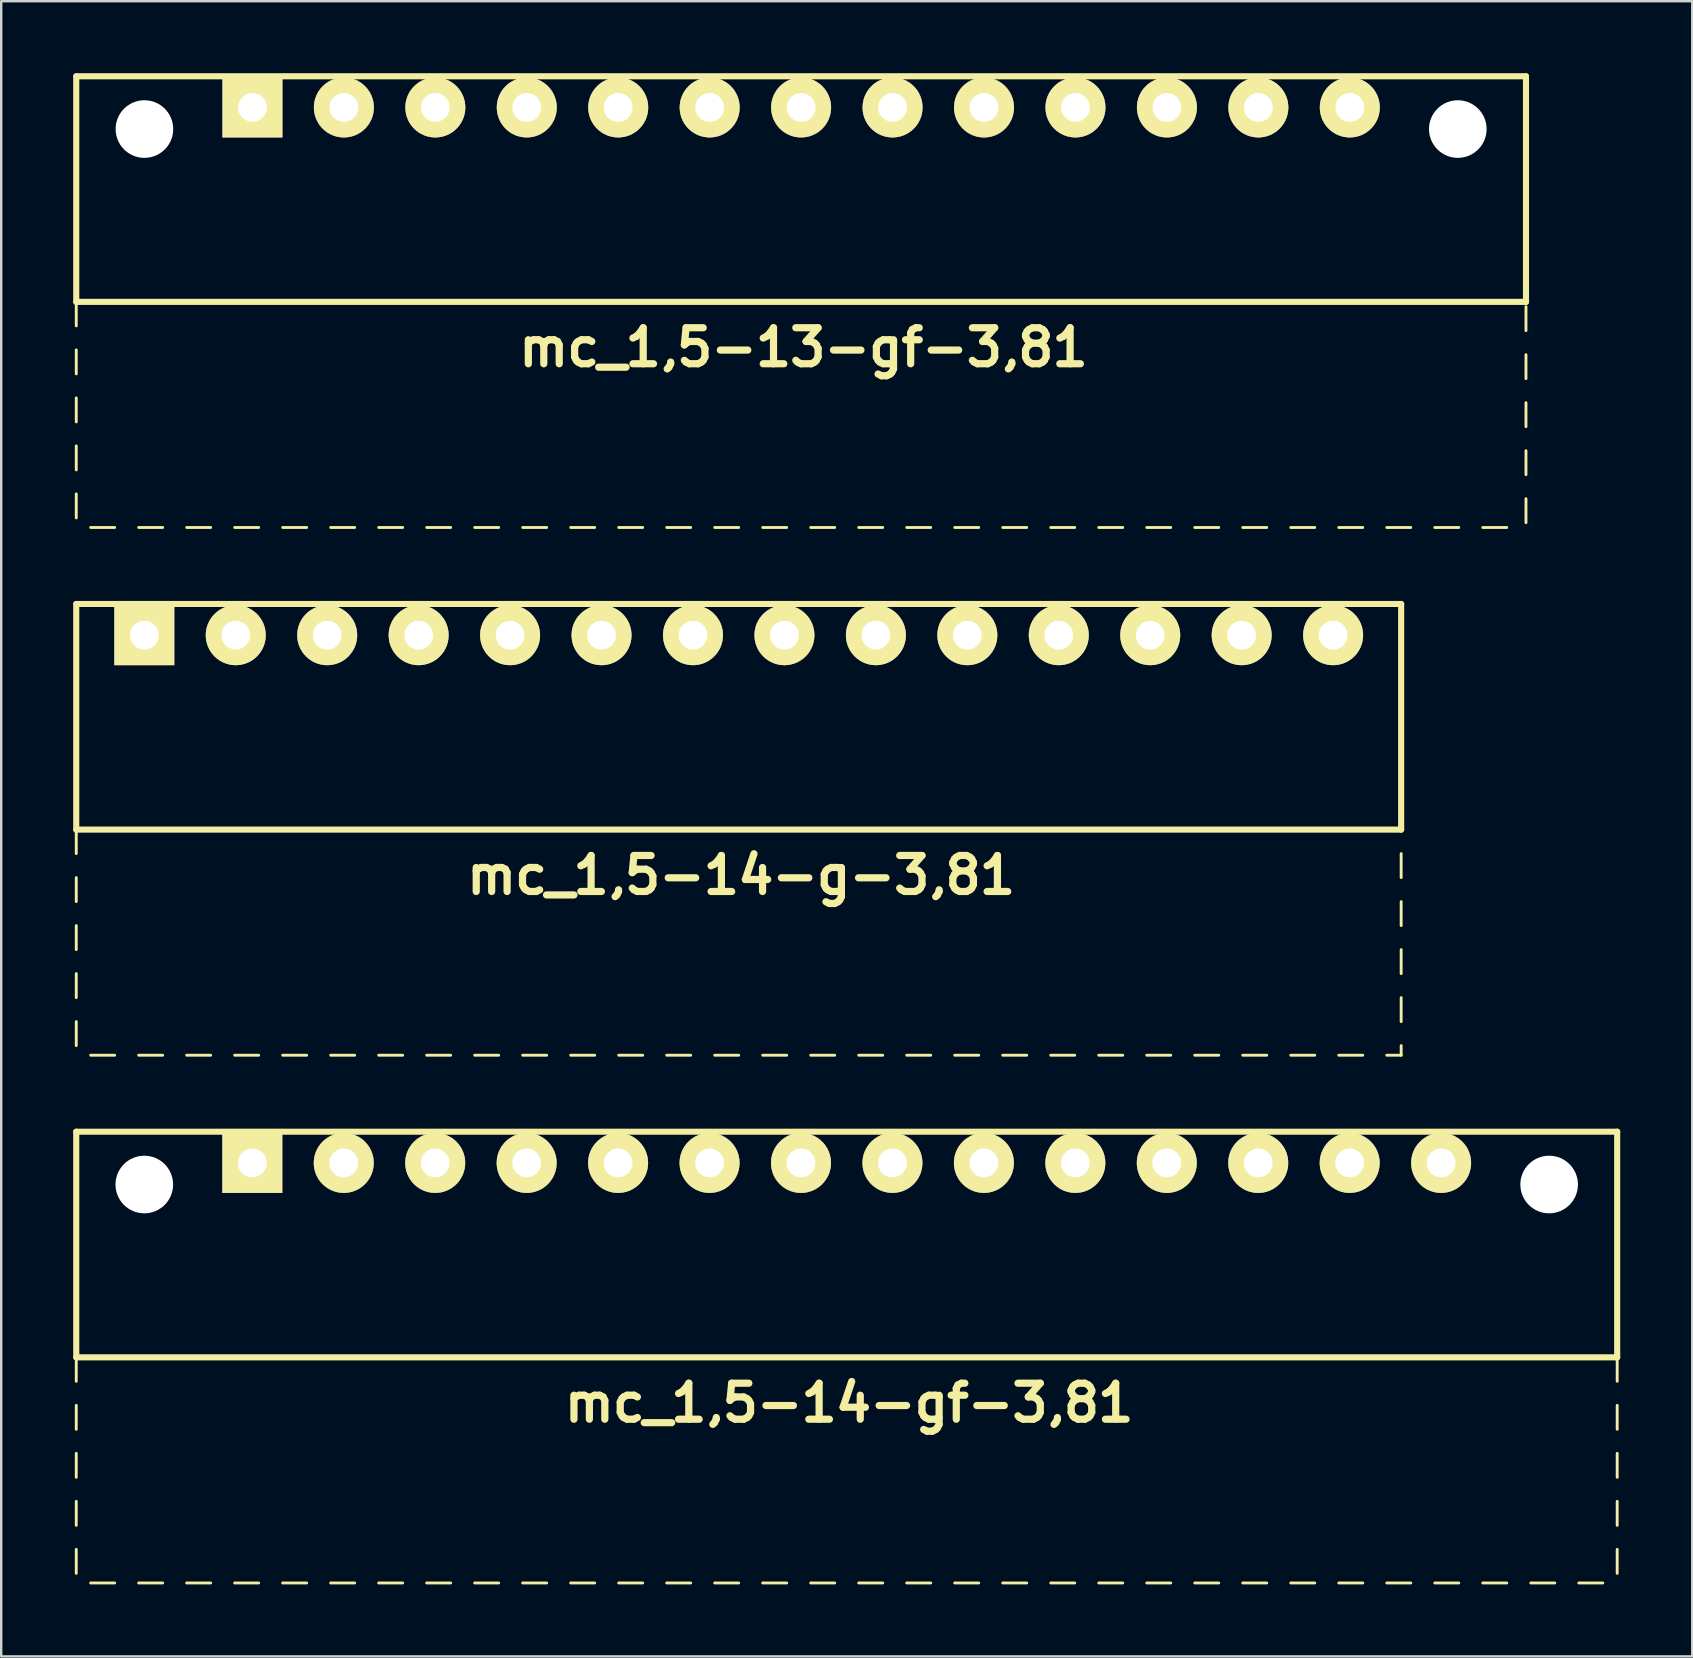
<source format=kicad_pcb>
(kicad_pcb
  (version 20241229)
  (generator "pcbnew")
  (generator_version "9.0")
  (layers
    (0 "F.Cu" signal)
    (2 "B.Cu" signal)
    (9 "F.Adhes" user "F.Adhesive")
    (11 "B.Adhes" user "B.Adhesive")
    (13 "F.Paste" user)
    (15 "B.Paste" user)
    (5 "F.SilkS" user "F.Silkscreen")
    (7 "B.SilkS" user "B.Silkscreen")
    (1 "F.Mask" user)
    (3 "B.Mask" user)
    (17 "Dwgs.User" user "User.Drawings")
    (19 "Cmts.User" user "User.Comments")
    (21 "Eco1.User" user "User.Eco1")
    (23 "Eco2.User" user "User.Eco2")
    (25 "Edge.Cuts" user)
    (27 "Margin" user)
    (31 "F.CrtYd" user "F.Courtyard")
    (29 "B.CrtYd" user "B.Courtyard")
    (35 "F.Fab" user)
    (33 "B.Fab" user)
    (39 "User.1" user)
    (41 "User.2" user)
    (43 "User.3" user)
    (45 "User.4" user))
  (footprint "mc_1,5-14-gf-3,81"
    (layer "F.Cu")
    (at 32.227 45.401)
    (property "Reference" "mc_1,5-14-gf-3,81" (at 0.1 10 0) (layer "F.SilkS") (effects (font (size 1.5 1.5) (thickness 0.3))))
    (attr through_hole)
    (fp_line (start -32.1 -1.3) (end -32.1 8.1) (stroke (width 0.254) (type solid)) (layer "F.SilkS"))
    (fp_line (start -32.1 -1.3) (end 32.1 -1.3) (stroke (width 0.254) (type solid)) (layer "F.SilkS"))
    (fp_line (start -32.1 8.1) (end -32.1 9.1) (stroke (width 0.12) (type solid)) (layer "F.SilkS"))
    (fp_line (start -32.1 8.1) (end 32.1 8.1) (stroke (width 0.254) (type solid)) (layer "F.SilkS"))
    (fp_line (start -32.1 10.1) (end -32.1 11.1) (stroke (width 0.12) (type solid)) (layer "F.SilkS"))
    (fp_line (start -32.1 12.1) (end -32.1 13.1) (stroke (width 0.12) (type solid)) (layer "F.SilkS"))
    (fp_line (start -32.1 14.1) (end -32.1 15.1) (stroke (width 0.12) (type solid)) (layer "F.SilkS"))
    (fp_line (start -32.1 16.1) (end -32.1 17.1) (stroke (width 0.12) (type solid)) (layer "F.SilkS"))
    (fp_line (start -31.5 17.5) (end -30.5 17.5) (stroke (width 0.12) (type solid)) (layer "F.SilkS"))
    (fp_line (start -29.5 17.5) (end -28.5 17.5) (stroke (width 0.12) (type solid)) (layer "F.SilkS"))
    (fp_line (start -27.5 17.5) (end -26.5 17.5) (stroke (width 0.12) (type solid)) (layer "F.SilkS"))
    (fp_line (start -25.5 17.5) (end -24.5 17.5) (stroke (width 0.12) (type solid)) (layer "F.SilkS"))
    (fp_line (start -23.5 17.5) (end -22.5 17.5) (stroke (width 0.12) (type solid)) (layer "F.SilkS"))
    (fp_line (start -21.5 17.5) (end -20.5 17.5) (stroke (width 0.12) (type solid)) (layer "F.SilkS"))
    (fp_line (start -19.5 17.5) (end -18.5 17.5) (stroke (width 0.12) (type solid)) (layer "F.SilkS"))
    (fp_line (start -17.5 17.5) (end -16.5 17.5) (stroke (width 0.12) (type solid)) (layer "F.SilkS"))
    (fp_line (start -15.5 17.5) (end -14.5 17.5) (stroke (width 0.12) (type solid)) (layer "F.SilkS"))
    (fp_line (start -13.5 17.5) (end -12.5 17.5) (stroke (width 0.12) (type solid)) (layer "F.SilkS"))
    (fp_line (start -11.5 17.5) (end -10.5 17.5) (stroke (width 0.12) (type solid)) (layer "F.SilkS"))
    (fp_line (start -9.5 17.5) (end -8.5 17.5) (stroke (width 0.12) (type solid)) (layer "F.SilkS"))
    (fp_line (start -7.5 17.5) (end -6.5 17.5) (stroke (width 0.12) (type solid)) (layer "F.SilkS"))
    (fp_line (start -5.5 17.5) (end -4.5 17.5) (stroke (width 0.12) (type solid)) (layer "F.SilkS"))
    (fp_line (start -3.5 17.5) (end -2.5 17.5) (stroke (width 0.12) (type solid)) (layer "F.SilkS"))
    (fp_line (start -1.5 17.5) (end -0.5 17.5) (stroke (width 0.12) (type solid)) (layer "F.SilkS"))
    (fp_line (start 0.5 17.5) (end 1.5 17.5) (stroke (width 0.12) (type solid)) (layer "F.SilkS"))
    (fp_line (start 2.5 17.5) (end 3.5 17.5) (stroke (width 0.12) (type solid)) (layer "F.SilkS"))
    (fp_line (start 4.5 17.5) (end 5.5 17.5) (stroke (width 0.12) (type solid)) (layer "F.SilkS"))
    (fp_line (start 6.5 17.5) (end 7.5 17.5) (stroke (width 0.12) (type solid)) (layer "F.SilkS"))
    (fp_line (start 8.5 17.5) (end 9.5 17.5) (stroke (width 0.12) (type solid)) (layer "F.SilkS"))
    (fp_line (start 10.5 17.5) (end 11.5 17.5) (stroke (width 0.12) (type solid)) (layer "F.SilkS"))
    (fp_line (start 12.5 17.5) (end 13.5 17.5) (stroke (width 0.12) (type solid)) (layer "F.SilkS"))
    (fp_line (start 14.5 17.5) (end 15.5 17.5) (stroke (width 0.12) (type solid)) (layer "F.SilkS"))
    (fp_line (start 16.5 17.5) (end 17.5 17.5) (stroke (width 0.12) (type solid)) (layer "F.SilkS"))
    (fp_line (start 18.5 17.5) (end 19.5 17.5) (stroke (width 0.12) (type solid)) (layer "F.SilkS"))
    (fp_line (start 20.5 17.5) (end 21.5 17.5) (stroke (width 0.12) (type solid)) (layer "F.SilkS"))
    (fp_line (start 22.5 17.5) (end 23.5 17.5) (stroke (width 0.12) (type solid)) (layer "F.SilkS"))
    (fp_line (start 24.5 17.5) (end 25.5 17.5) (stroke (width 0.12) (type solid)) (layer "F.SilkS"))
    (fp_line (start 26.5 17.5) (end 27.5 17.5) (stroke (width 0.12) (type solid)) (layer "F.SilkS"))
    (fp_line (start 28.5 17.5) (end 29.5 17.5) (stroke (width 0.12) (type solid)) (layer "F.SilkS"))
    (fp_line (start 30.5 17.5) (end 31.5 17.5) (stroke (width 0.12) (type solid)) (layer "F.SilkS"))
    (fp_line (start 32.1 -1.3) (end 32.1 8.1) (stroke (width 0.254) (type solid)) (layer "F.SilkS"))
    (fp_line (start 32.1 8.1) (end 32.1 9.1) (stroke (width 0.12) (type solid)) (layer "F.SilkS"))
    (fp_line (start 32.1 10.1) (end 32.1 11.1) (stroke (width 0.12) (type solid)) (layer "F.SilkS"))
    (fp_line (start 32.1 12.1) (end 32.1 13.1) (stroke (width 0.12) (type solid)) (layer "F.SilkS"))
    (fp_line (start 32.1 14.1) (end 32.1 15.1) (stroke (width 0.12) (type solid)) (layer "F.SilkS"))
    (fp_line (start 32.1 16.1) (end 32.1 17.1) (stroke (width 0.12) (type solid)) (layer "F.SilkS"))
    (pad "" np_thru_hole circle (at -29.265 0.9) (size 2.4 2.4) (drill 2.4) (layers "*.Cu" "*.Mask"))
    (pad "" np_thru_hole circle (at 29.265 0.9) (size 2.4 2.4) (drill 2.4) (layers "*.Cu" "*.Mask"))
    (pad "1" thru_hole rect (at -24.765 0) (size 2.5 2.5) (drill 1.2) (layers "*.Cu" "*.Mask" "F.SilkS"))
    (pad "2" thru_hole circle (at -20.955 0) (size 2.5 2.5) (drill 1.2) (layers "*.Cu" "*.Mask" "F.SilkS"))
    (pad "3" thru_hole circle (at -17.145 0) (size 2.5 2.5) (drill 1.2) (layers "*.Cu" "*.Mask" "F.SilkS"))
    (pad "4" thru_hole circle (at -13.335 0) (size 2.5 2.5) (drill 1.2) (layers "*.Cu" "*.Mask" "F.SilkS"))
    (pad "5" thru_hole circle (at -9.525 0) (size 2.5 2.5) (drill 1.2) (layers "*.Cu" "*.Mask" "F.SilkS"))
    (pad "6" thru_hole circle (at -5.715 0) (size 2.5 2.5) (drill 1.2) (layers "*.Cu" "*.Mask" "F.SilkS"))
    (pad "7" thru_hole circle (at -1.905 0) (size 2.5 2.5) (drill 1.2) (layers "*.Cu" "*.Mask" "F.SilkS"))
    (pad "8" thru_hole circle (at 1.905 0) (size 2.5 2.5) (drill 1.2) (layers "*.Cu" "*.Mask" "F.SilkS"))
    (pad "9" thru_hole circle (at 5.715 0) (size 2.5 2.5) (drill 1.2) (layers "*.Cu" "*.Mask" "F.SilkS"))
    (pad "10" thru_hole circle (at 9.525 0) (size 2.5 2.5) (drill 1.2) (layers "*.Cu" "*.Mask" "F.SilkS"))
    (pad "11" thru_hole circle (at 13.335 0) (size 2.5 2.5) (drill 1.2) (layers "*.Cu" "*.Mask" "F.SilkS"))
    (pad "12" thru_hole circle (at 17.145 0) (size 2.5 2.5) (drill 1.2) (layers "*.Cu" "*.Mask" "F.SilkS"))
    (pad "13" thru_hole circle (at 20.955 0) (size 2.5 2.5) (drill 1.2) (layers "*.Cu" "*.Mask" "F.SilkS"))
    (pad "14" thru_hole circle (at 24.765 0) (size 2.5 2.5) (drill 1.2) (layers "*.Cu" "*.Mask" "F.SilkS")))
  (footprint "mc_1,5-13-gf-3,81"
    (layer "F.Cu")
    (at 30.327 1.427)
    (property "Reference" "mc_1,5-13-gf-3,81" (at 0.1 10 0) (layer "F.SilkS") (effects (font (size 1.5 1.5) (thickness 0.3))))
    (attr through_hole)
    (fp_line (start -30.2 -1.3) (end -30.2 8.1) (stroke (width 0.254) (type solid)) (layer "F.SilkS"))
    (fp_line (start -30.2 -1.3) (end 30.2 -1.3) (stroke (width 0.254) (type solid)) (layer "F.SilkS"))
    (fp_line (start -30.2 8.1) (end -30.2 9.1) (stroke (width 0.12) (type solid)) (layer "F.SilkS"))
    (fp_line (start -30.2 8.1) (end 30.2 8.1) (stroke (width 0.254) (type solid)) (layer "F.SilkS"))
    (fp_line (start -30.2 10.1) (end -30.2 11.1) (stroke (width 0.12) (type solid)) (layer "F.SilkS"))
    (fp_line (start -30.2 12.1) (end -30.2 13.1) (stroke (width 0.12) (type solid)) (layer "F.SilkS"))
    (fp_line (start -30.2 14.1) (end -30.2 15.1) (stroke (width 0.12) (type solid)) (layer "F.SilkS"))
    (fp_line (start -30.2 16.1) (end -30.2 17.1) (stroke (width 0.12) (type solid)) (layer "F.SilkS"))
    (fp_line (start -29.6 17.5) (end -28.6 17.5) (stroke (width 0.12) (type solid)) (layer "F.SilkS"))
    (fp_line (start -27.6 17.5) (end -26.6 17.5) (stroke (width 0.12) (type solid)) (layer "F.SilkS"))
    (fp_line (start -25.6 17.5) (end -24.6 17.5) (stroke (width 0.12) (type solid)) (layer "F.SilkS"))
    (fp_line (start -23.6 17.5) (end -22.6 17.5) (stroke (width 0.12) (type solid)) (layer "F.SilkS"))
    (fp_line (start -21.6 17.5) (end -20.6 17.5) (stroke (width 0.12) (type solid)) (layer "F.SilkS"))
    (fp_line (start -19.6 17.5) (end -18.6 17.5) (stroke (width 0.12) (type solid)) (layer "F.SilkS"))
    (fp_line (start -17.6 17.5) (end -16.6 17.5) (stroke (width 0.12) (type solid)) (layer "F.SilkS"))
    (fp_line (start -15.6 17.5) (end -14.6 17.5) (stroke (width 0.12) (type solid)) (layer "F.SilkS"))
    (fp_line (start -13.6 17.5) (end -12.6 17.5) (stroke (width 0.12) (type solid)) (layer "F.SilkS"))
    (fp_line (start -11.6 17.5) (end -10.6 17.5) (stroke (width 0.12) (type solid)) (layer "F.SilkS"))
    (fp_line (start -9.6 17.5) (end -8.6 17.5) (stroke (width 0.12) (type solid)) (layer "F.SilkS"))
    (fp_line (start -7.6 17.5) (end -6.6 17.5) (stroke (width 0.12) (type solid)) (layer "F.SilkS"))
    (fp_line (start -5.6 17.5) (end -4.6 17.5) (stroke (width 0.12) (type solid)) (layer "F.SilkS"))
    (fp_line (start -3.6 17.5) (end -2.6 17.5) (stroke (width 0.12) (type solid)) (layer "F.SilkS"))
    (fp_line (start -1.6 17.5) (end -0.6 17.5) (stroke (width 0.12) (type solid)) (layer "F.SilkS"))
    (fp_line (start 0.4 17.5) (end 1.4 17.5) (stroke (width 0.12) (type solid)) (layer "F.SilkS"))
    (fp_line (start 2.4 17.5) (end 3.4 17.5) (stroke (width 0.12) (type solid)) (layer "F.SilkS"))
    (fp_line (start 4.4 17.5) (end 5.4 17.5) (stroke (width 0.12) (type solid)) (layer "F.SilkS"))
    (fp_line (start 6.4 17.5) (end 7.4 17.5) (stroke (width 0.12) (type solid)) (layer "F.SilkS"))
    (fp_line (start 8.4 17.5) (end 9.4 17.5) (stroke (width 0.12) (type solid)) (layer "F.SilkS"))
    (fp_line (start 10.4 17.5) (end 11.4 17.5) (stroke (width 0.12) (type solid)) (layer "F.SilkS"))
    (fp_line (start 12.4 17.5) (end 13.4 17.5) (stroke (width 0.12) (type solid)) (layer "F.SilkS"))
    (fp_line (start 14.4 17.5) (end 15.4 17.5) (stroke (width 0.12) (type solid)) (layer "F.SilkS"))
    (fp_line (start 16.4 17.5) (end 17.4 17.5) (stroke (width 0.12) (type solid)) (layer "F.SilkS"))
    (fp_line (start 18.4 17.5) (end 19.4 17.5) (stroke (width 0.12) (type solid)) (layer "F.SilkS"))
    (fp_line (start 20.4 17.5) (end 21.4 17.5) (stroke (width 0.12) (type solid)) (layer "F.SilkS"))
    (fp_line (start 22.4 17.5) (end 23.4 17.5) (stroke (width 0.12) (type solid)) (layer "F.SilkS"))
    (fp_line (start 24.4 17.5) (end 25.4 17.5) (stroke (width 0.12) (type solid)) (layer "F.SilkS"))
    (fp_line (start 26.4 17.5) (end 27.4 17.5) (stroke (width 0.12) (type solid)) (layer "F.SilkS"))
    (fp_line (start 28.4 17.5) (end 29.4 17.5) (stroke (width 0.12) (type solid)) (layer "F.SilkS"))
    (fp_line (start 30.2 -1.3) (end 30.2 8.1) (stroke (width 0.254) (type solid)) (layer "F.SilkS"))
    (fp_line (start 30.2 8.3) (end 30.2 9.3) (stroke (width 0.12) (type solid)) (layer "F.SilkS"))
    (fp_line (start 30.2 10.3) (end 30.2 11.3) (stroke (width 0.12) (type solid)) (layer "F.SilkS"))
    (fp_line (start 30.2 12.3) (end 30.2 13.3) (stroke (width 0.12) (type solid)) (layer "F.SilkS"))
    (fp_line (start 30.2 14.3) (end 30.2 15.3) (stroke (width 0.12) (type solid)) (layer "F.SilkS"))
    (fp_line (start 30.2 16.3) (end 30.2 17.3) (stroke (width 0.12) (type solid)) (layer "F.SilkS"))
    (pad "" np_thru_hole circle (at -27.36 0.9) (size 2.4 2.4) (drill 2.4) (layers "*.Cu" "*.Mask"))
    (pad "" np_thru_hole circle (at 27.36 0.9) (size 2.4 2.4) (drill 2.4) (layers "*.Cu" "*.Mask"))
    (pad "1" thru_hole rect (at -22.86 0) (size 2.5 2.5) (drill 1.2) (layers "*.Cu" "*.Mask" "F.SilkS"))
    (pad "2" thru_hole circle (at -19.05 0) (size 2.5 2.5) (drill 1.2) (layers "*.Cu" "*.Mask" "F.SilkS"))
    (pad "3" thru_hole circle (at -15.24 0) (size 2.5 2.5) (drill 1.2) (layers "*.Cu" "*.Mask" "F.SilkS"))
    (pad "4" thru_hole circle (at -11.43 0) (size 2.5 2.5) (drill 1.2) (layers "*.Cu" "*.Mask" "F.SilkS"))
    (pad "5" thru_hole circle (at -7.62 0) (size 2.5 2.5) (drill 1.2) (layers "*.Cu" "*.Mask" "F.SilkS"))
    (pad "6" thru_hole circle (at -3.81 0) (size 2.5 2.5) (drill 1.2) (layers "*.Cu" "*.Mask" "F.SilkS"))
    (pad "7" thru_hole circle (at 0 0) (size 2.5 2.5) (drill 1.2) (layers "*.Cu" "*.Mask" "F.SilkS"))
    (pad "8" thru_hole circle (at 3.81 0) (size 2.5 2.5) (drill 1.2) (layers "*.Cu" "*.Mask" "F.SilkS"))
    (pad "9" thru_hole circle (at 7.62 0) (size 2.5 2.5) (drill 1.2) (layers "*.Cu" "*.Mask" "F.SilkS"))
    (pad "10" thru_hole circle (at 11.43 0) (size 2.5 2.5) (drill 1.2) (layers "*.Cu" "*.Mask" "F.SilkS"))
    (pad "11" thru_hole circle (at 15.24 0) (size 2.5 2.5) (drill 1.2) (layers "*.Cu" "*.Mask" "F.SilkS"))
    (pad "12" thru_hole circle (at 19.05 0) (size 2.5 2.5) (drill 1.2) (layers "*.Cu" "*.Mask" "F.SilkS"))
    (pad "13" thru_hole circle (at 22.86 0) (size 2.5 2.5) (drill 1.2) (layers "*.Cu" "*.Mask" "F.SilkS")))
  (footprint "mc_1,5-14-g-3,81"
    (layer "F.Cu")
    (at 27.727 23.414)
    (property "Reference" "mc_1,5-14-g-3,81" (at 0.1 10 0) (layer "F.SilkS") (effects (font (size 1.5 1.5) (thickness 0.3))))
    (attr through_hole)
    (fp_line (start -27.6 -1.3) (end -27.6 8.1) (stroke (width 0.254) (type solid)) (layer "F.SilkS"))
    (fp_line (start -27.6 -1.3) (end 27.6 -1.3) (stroke (width 0.254) (type solid)) (layer "F.SilkS"))
    (fp_line (start -27.6 8.1) (end -27.6 9.1) (stroke (width 0.12) (type solid)) (layer "F.SilkS"))
    (fp_line (start -27.6 8.1) (end 27.6 8.1) (stroke (width 0.254) (type solid)) (layer "F.SilkS"))
    (fp_line (start -27.6 10.1) (end -27.6 11.1) (stroke (width 0.12) (type solid)) (layer "F.SilkS"))
    (fp_line (start -27.6 12.1) (end -27.6 13.1) (stroke (width 0.12) (type solid)) (layer "F.SilkS"))
    (fp_line (start -27.6 14.1) (end -27.6 15.1) (stroke (width 0.12) (type solid)) (layer "F.SilkS"))
    (fp_line (start -27.6 16.1) (end -27.6 17.1) (stroke (width 0.12) (type solid)) (layer "F.SilkS"))
    (fp_line (start -27 17.5) (end -26 17.5) (stroke (width 0.12) (type solid)) (layer "F.SilkS"))
    (fp_line (start -25 17.5) (end -24 17.5) (stroke (width 0.12) (type solid)) (layer "F.SilkS"))
    (fp_line (start -23 17.5) (end -22 17.5) (stroke (width 0.12) (type solid)) (layer "F.SilkS"))
    (fp_line (start -21 17.5) (end -20 17.5) (stroke (width 0.12) (type solid)) (layer "F.SilkS"))
    (fp_line (start -19 17.5) (end -18 17.5) (stroke (width 0.12) (type solid)) (layer "F.SilkS"))
    (fp_line (start -17 17.5) (end -16 17.5) (stroke (width 0.12) (type solid)) (layer "F.SilkS"))
    (fp_line (start -15 17.5) (end -14 17.5) (stroke (width 0.12) (type solid)) (layer "F.SilkS"))
    (fp_line (start -13 17.5) (end -12 17.5) (stroke (width 0.12) (type solid)) (layer "F.SilkS"))
    (fp_line (start -11 17.5) (end -10 17.5) (stroke (width 0.12) (type solid)) (layer "F.SilkS"))
    (fp_line (start -9 17.5) (end -8 17.5) (stroke (width 0.12) (type solid)) (layer "F.SilkS"))
    (fp_line (start -7 17.5) (end -6 17.5) (stroke (width 0.12) (type solid)) (layer "F.SilkS"))
    (fp_line (start -5 17.5) (end -4 17.5) (stroke (width 0.12) (type solid)) (layer "F.SilkS"))
    (fp_line (start -3 17.5) (end -2 17.5) (stroke (width 0.12) (type solid)) (layer "F.SilkS"))
    (fp_line (start -1 17.5) (end 0 17.5) (stroke (width 0.12) (type solid)) (layer "F.SilkS"))
    (fp_line (start 1 17.5) (end 2 17.5) (stroke (width 0.12) (type solid)) (layer "F.SilkS"))
    (fp_line (start 3 17.5) (end 4 17.5) (stroke (width 0.12) (type solid)) (layer "F.SilkS"))
    (fp_line (start 5 17.5) (end 6 17.5) (stroke (width 0.12) (type solid)) (layer "F.SilkS"))
    (fp_line (start 7 17.5) (end 8 17.5) (stroke (width 0.12) (type solid)) (layer "F.SilkS"))
    (fp_line (start 9 17.5) (end 10 17.5) (stroke (width 0.12) (type solid)) (layer "F.SilkS"))
    (fp_line (start 11 17.5) (end 12 17.5) (stroke (width 0.12) (type solid)) (layer "F.SilkS"))
    (fp_line (start 13 17.5) (end 14 17.5) (stroke (width 0.12) (type solid)) (layer "F.SilkS"))
    (fp_line (start 15 17.5) (end 16 17.5) (stroke (width 0.12) (type solid)) (layer "F.SilkS"))
    (fp_line (start 17 17.5) (end 18 17.5) (stroke (width 0.12) (type solid)) (layer "F.SilkS"))
    (fp_line (start 19 17.5) (end 20 17.5) (stroke (width 0.12) (type solid)) (layer "F.SilkS"))
    (fp_line (start 21 17.5) (end 22 17.5) (stroke (width 0.12) (type solid)) (layer "F.SilkS"))
    (fp_line (start 23 17.5) (end 24 17.5) (stroke (width 0.12) (type solid)) (layer "F.SilkS"))
    (fp_line (start 25 17.5) (end 26 17.5) (stroke (width 0.12) (type solid)) (layer "F.SilkS"))
    (fp_line (start 27 17.5) (end 27.6 17.5) (stroke (width 0.12) (type solid)) (layer "F.SilkS"))
    (fp_line (start 27.6 -1.3) (end 27.6 8.1) (stroke (width 0.254) (type solid)) (layer "F.SilkS"))
    (fp_line (start 27.6 9.1) (end 27.6 10.1) (stroke (width 0.12) (type solid)) (layer "F.SilkS"))
    (fp_line (start 27.6 11.1) (end 27.6 12.1) (stroke (width 0.12) (type solid)) (layer "F.SilkS"))
    (fp_line (start 27.6 13.1) (end 27.6 14.1) (stroke (width 0.12) (type solid)) (layer "F.SilkS"))
    (fp_line (start 27.6 15.1) (end 27.6 16.1) (stroke (width 0.12) (type solid)) (layer "F.SilkS"))
    (fp_line (start 27.6 17.5) (end 27.6 17.1) (stroke (width 0.12) (type solid)) (layer "F.SilkS"))
    (pad "1" thru_hole rect (at -24.765 0) (size 2.5 2.5) (drill 1.2) (layers "*.Cu" "*.Mask" "F.SilkS"))
    (pad "2" thru_hole circle (at -20.955 0) (size 2.5 2.5) (drill 1.2) (layers "*.Cu" "*.Mask" "F.SilkS"))
    (pad "3" thru_hole circle (at -17.145 0) (size 2.5 2.5) (drill 1.2) (layers "*.Cu" "*.Mask" "F.SilkS"))
    (pad "4" thru_hole circle (at -13.335 0) (size 2.5 2.5) (drill 1.2) (layers "*.Cu" "*.Mask" "F.SilkS"))
    (pad "5" thru_hole circle (at -9.525 0) (size 2.5 2.5) (drill 1.2) (layers "*.Cu" "*.Mask" "F.SilkS"))
    (pad "6" thru_hole circle (at -5.715 0) (size 2.5 2.5) (drill 1.2) (layers "*.Cu" "*.Mask" "F.SilkS"))
    (pad "7" thru_hole circle (at -1.905 0) (size 2.5 2.5) (drill 1.2) (layers "*.Cu" "*.Mask" "F.SilkS"))
    (pad "8" thru_hole circle (at 1.905 0) (size 2.5 2.5) (drill 1.2) (layers "*.Cu" "*.Mask" "F.SilkS"))
    (pad "9" thru_hole circle (at 5.715 0) (size 2.5 2.5) (drill 1.2) (layers "*.Cu" "*.Mask" "F.SilkS"))
    (pad "10" thru_hole circle (at 9.525 0) (size 2.5 2.5) (drill 1.2) (layers "*.Cu" "*.Mask" "F.SilkS"))
    (pad "11" thru_hole circle (at 13.335 0) (size 2.5 2.5) (drill 1.2) (layers "*.Cu" "*.Mask" "F.SilkS"))
    (pad "12" thru_hole circle (at 17.145 0) (size 2.5 2.5) (drill 1.2) (layers "*.Cu" "*.Mask" "F.SilkS"))
    (pad "13" thru_hole circle (at 20.955 0) (size 2.5 2.5) (drill 1.2) (layers "*.Cu" "*.Mask" "F.SilkS"))
    (pad "14" thru_hole circle (at 24.765 0) (size 2.5 2.5) (drill 1.2) (layers "*.Cu" "*.Mask" "F.SilkS")))
  (gr_rect
    (start -3 -3)
    (end 67.454 65.961)
    (stroke (width 0.1) (type default))
    (fill no)
    (layer "Edge.Cuts")))
</source>
